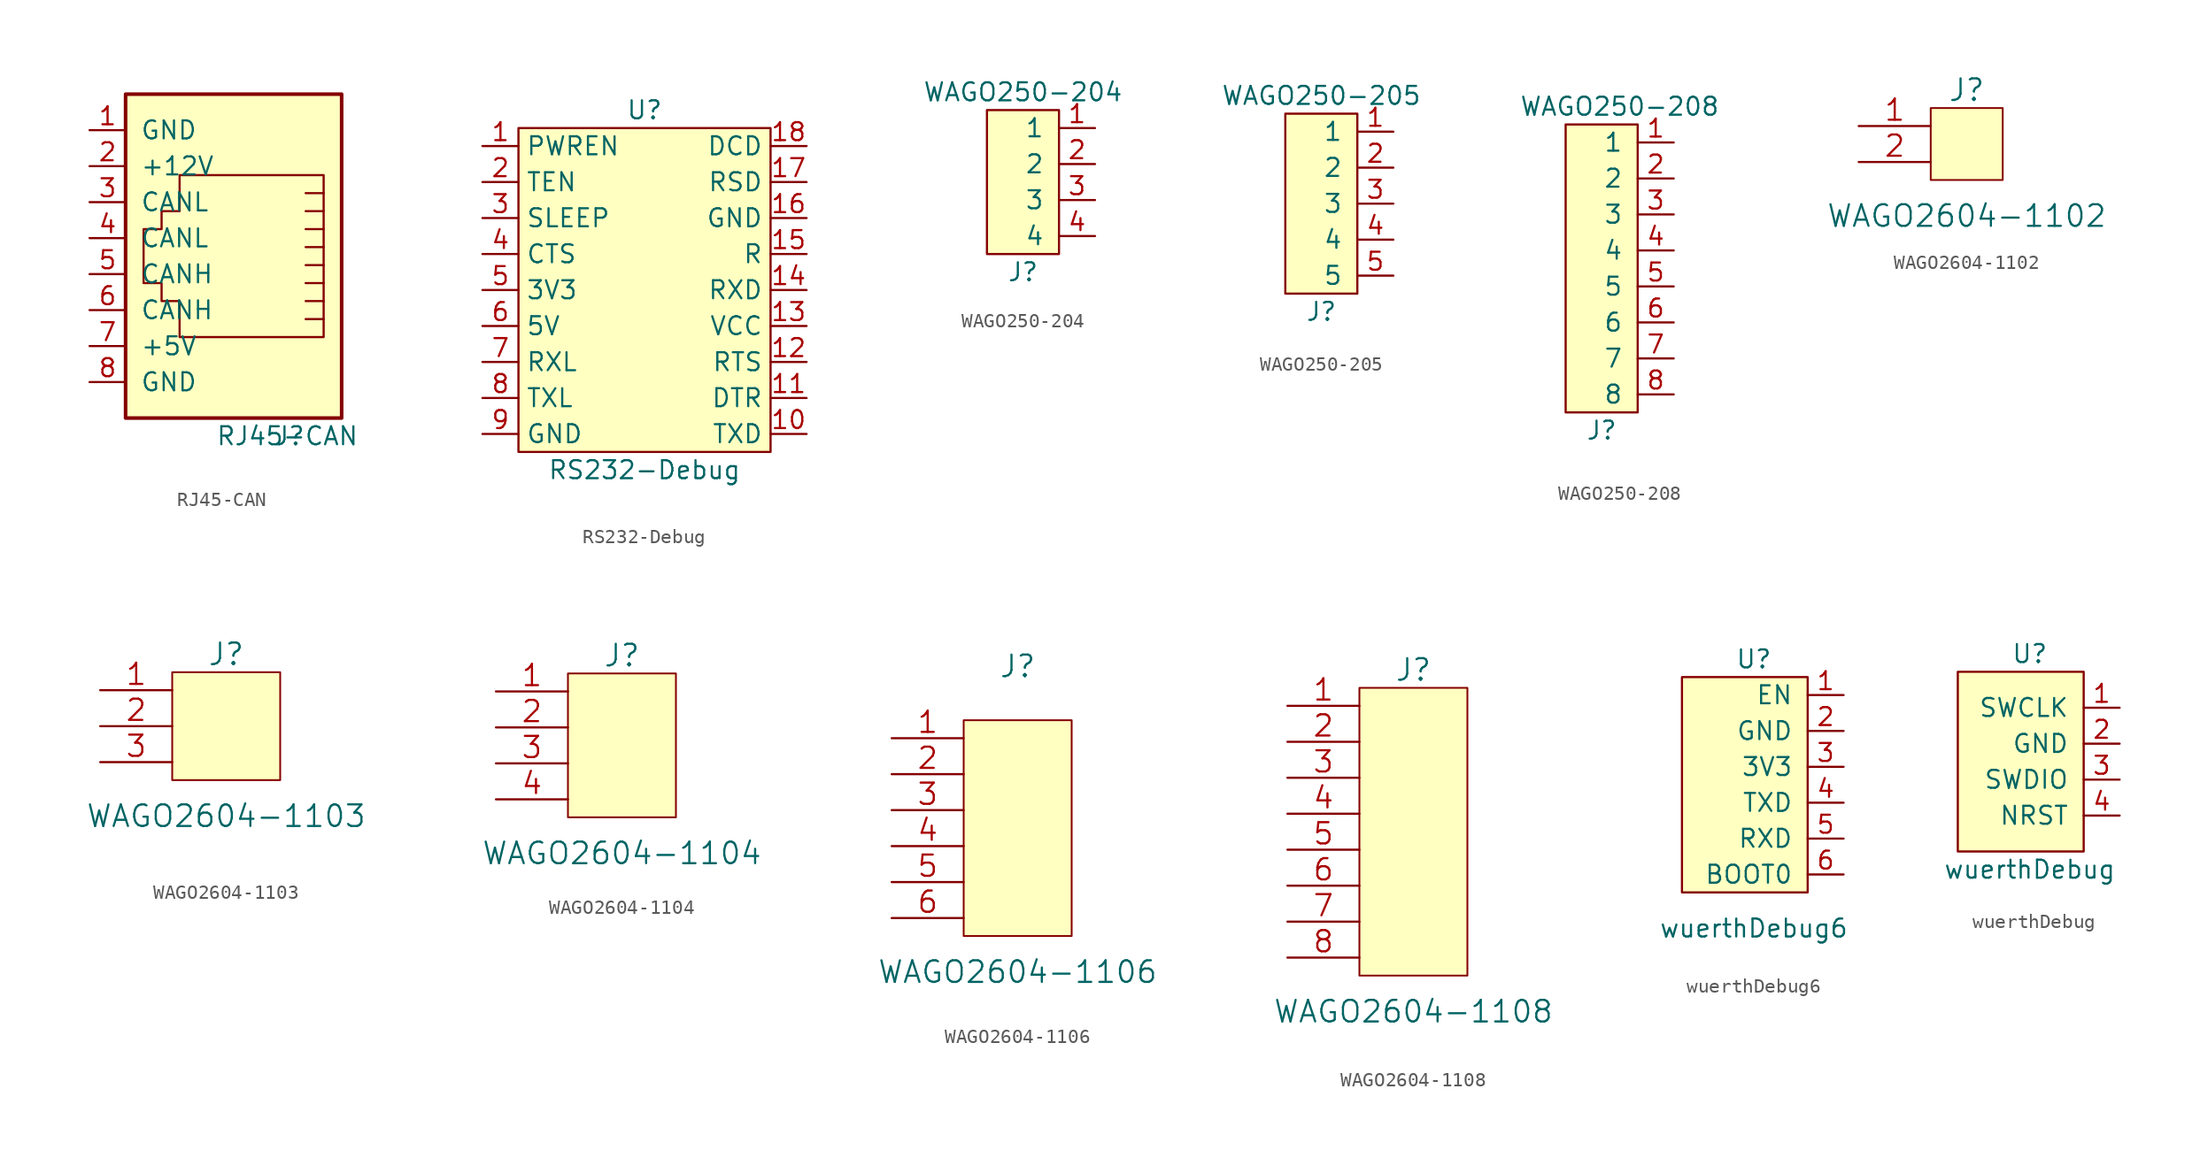
<source format=kicad_sym>
(kicad_symbol_lib
  (version 20211014)
  (generator kicad_symbol_editor)
  (symbol "RJ45-CAN"
    (pin_names
      (offset 1.016))
    (property "Reference" "J"
      (at 5.08 -12.7 0)
      (effects (font (size 1.27 1.27)) (justify right)))
    (property "Value" "RJ45-CAN"
      (at -1.27 -12.7 0)
      (effects (font (size 1.27 1.27)) (justify left)))
    (symbol "RJ45-CAN_0_1"
      (rectangle (start -7.62 -11.43) (end 7.62 11.43) (stroke (width 0.254) (type default) (color 0 0 0 0)) (fill (type background)))
      (polyline (pts (xy 5.08 -4.445) (xy 6.35 -4.445)) (stroke (width 0) (type default) (color 0 0 0 0)) (fill (type none)))
      (polyline (pts (xy 5.08 -3.175) (xy 6.35 -3.175)) (stroke (width 0) (type default) (color 0 0 0 0)) (fill (type none)))
      (polyline (pts (xy 5.08 -1.905) (xy 6.35 -1.905) (xy 6.35 -1.905)) (stroke (width 0) (type default) (color 0 0 0 0)) (fill (type none)))
      (polyline (pts (xy 6.35 -0.635) (xy 5.08 -0.635) (xy 5.08 -0.635)) (stroke (width 0) (type default) (color 0 0 0 0)) (fill (type none)))
      (polyline (pts (xy 6.35 0.635) (xy 5.08 0.635) (xy 5.08 0.635)) (stroke (width 0) (type default) (color 0 0 0 0)) (fill (type none)))
      (polyline (pts (xy 6.35 1.905) (xy 5.08 1.905) (xy 5.08 1.905)) (stroke (width 0) (type default) (color 0 0 0 0)) (fill (type none)))
      (polyline (pts (xy 6.35 3.175) (xy 5.08 3.175) (xy 5.08 3.175)) (stroke (width 0) (type default) (color 0 0 0 0)) (fill (type none)))
      (polyline (pts (xy 6.35 4.445) (xy 5.08 4.445) (xy 5.08 4.445)) (stroke (width 0) (type default) (color 0 0 0 0)) (fill (type none)))
      (polyline (pts (xy 6.35 5.715) (xy 6.35 -5.715) (xy -3.81 -5.715) (xy -3.81 -3.175) (xy -5.08 -3.175) (xy -5.08 -1.905) (xy -6.35 -1.905) (xy -6.35 1.905) (xy -5.08 1.905) (xy -5.08 3.175) (xy -3.81 3.175) (xy -3.81 5.715) (xy 6.35 5.715) (xy 6.35 5.715)) (stroke (width 0) (type default) (color 0 0 0 0)) (fill (type none))))
    (symbol "RJ45-CAN_1_1"
      (pin passive line (at -10.16 8.89 0) (length 2.54) (name "GND" (effects (font (size 1.27 1.27)))) (number "1" (effects (font (size 1.27 1.27)))))
      (pin passive line (at -10.16 6.35 0) (length 2.54) (name "+12V" (effects (font (size 1.27 1.27)))) (number "2" (effects (font (size 1.27 1.27)))))
      (pin passive line (at -10.16 3.81 0) (length 2.54) (name "CANL" (effects (font (size 1.27 1.27)))) (number "3" (effects (font (size 1.27 1.27)))))
      (pin passive line (at -10.16 1.27 0) (length 2.54) (name "CANL" (effects (font (size 1.27 1.27)))) (number "4" (effects (font (size 1.27 1.27)))))
      (pin passive line (at -10.16 -1.27 0) (length 2.54) (name "CANH" (effects (font (size 1.27 1.27)))) (number "5" (effects (font (size 1.27 1.27)))))
      (pin passive line (at -10.16 -3.81 0) (length 2.54) (name "CANH" (effects (font (size 1.27 1.27)))) (number "6" (effects (font (size 1.27 1.27)))))
      (pin passive line (at -10.16 -6.35 0) (length 2.54) (name "+5V" (effects (font (size 1.27 1.27)))) (number "7" (effects (font (size 1.27 1.27)))))
      (pin passive line (at -10.16 -8.89 0) (length 2.54) (name "GND" (effects (font (size 1.27 1.27)))) (number "8" (effects (font (size 1.27 1.27)))))))
  (symbol "RS232-Debug"
    (property "Reference" "U"
      (at 0 12.7 0)
      (effects (font (size 1.27 1.27))))
    (property "Value" "RS232-Debug"
      (at 0 -12.7 0)
      (effects (font (size 1.27 1.27))))
    (symbol "RS232-Debug_0_1"
      (rectangle (start -8.89 11.43) (end 8.89 -11.43) (stroke (width 0) (type default) (color 0 0 0 0)) (fill (type background))))
    (symbol "RS232-Debug_1_1"
      (pin input line (at -11.43 10.16 0) (length 2.54) (name "PWREN" (effects (font (size 1.27 1.27)))) (number "1" (effects (font (size 1.27 1.27)))))
      (pin input line (at 11.43 -10.16 180) (length 2.54) (name "TXD" (effects (font (size 1.27 1.27)))) (number "10" (effects (font (size 1.27 1.27)))))
      (pin input line (at 11.43 -7.62 180) (length 2.54) (name "DTR" (effects (font (size 1.27 1.27)))) (number "11" (effects (font (size 1.27 1.27)))))
      (pin input line (at 11.43 -5.08 180) (length 2.54) (name "RTS" (effects (font (size 1.27 1.27)))) (number "12" (effects (font (size 1.27 1.27)))))
      (pin input line (at 11.43 -2.54 180) (length 2.54) (name "VCC" (effects (font (size 1.27 1.27)))) (number "13" (effects (font (size 1.27 1.27)))))
      (pin input line (at 11.43 0 180) (length 2.54) (name "RXD" (effects (font (size 1.27 1.27)))) (number "14" (effects (font (size 1.27 1.27)))))
      (pin unspecified line (at 11.43 2.54 180) (length 2.54) (name "R" (effects (font (size 1.27 1.27)))) (number "15" (effects (font (size 1.27 1.27)))))
      (pin input line (at 11.43 5.08 180) (length 2.54) (name "GND" (effects (font (size 1.27 1.27)))) (number "16" (effects (font (size 1.27 1.27)))))
      (pin input line (at 11.43 7.62 180) (length 2.54) (name "RSD" (effects (font (size 1.27 1.27)))) (number "17" (effects (font (size 1.27 1.27)))))
      (pin input line (at 11.43 10.16 180) (length 2.54) (name "DCD" (effects (font (size 1.27 1.27)))) (number "18" (effects (font (size 1.27 1.27)))))
      (pin input line (at -11.43 7.62 0) (length 2.54) (name "TEN" (effects (font (size 1.27 1.27)))) (number "2" (effects (font (size 1.27 1.27)))))
      (pin input line (at -11.43 5.08 0) (length 2.54) (name "SLEEP" (effects (font (size 1.27 1.27)))) (number "3" (effects (font (size 1.27 1.27)))))
      (pin input line (at -11.43 2.54 0) (length 2.54) (name "CTS" (effects (font (size 1.27 1.27)))) (number "4" (effects (font (size 1.27 1.27)))))
      (pin input line (at -11.43 0 0) (length 2.54) (name "3V3" (effects (font (size 1.27 1.27)))) (number "5" (effects (font (size 1.27 1.27)))))
      (pin input line (at -11.43 -2.54 0) (length 2.54) (name "5V" (effects (font (size 1.27 1.27)))) (number "6" (effects (font (size 1.27 1.27)))))
      (pin input line (at -11.43 -5.08 0) (length 2.54) (name "RXL" (effects (font (size 1.27 1.27)))) (number "7" (effects (font (size 1.27 1.27)))))
      (pin input line (at -11.43 -7.62 0) (length 2.54) (name "TXL" (effects (font (size 1.27 1.27)))) (number "8" (effects (font (size 1.27 1.27)))))
      (pin input line (at -11.43 -10.16 0) (length 2.54) (name "GND" (effects (font (size 1.27 1.27)))) (number "9" (effects (font (size 1.27 1.27)))))))
  (symbol "WAGO250-204"
    (pin_names
      (offset 1.016))
    (property "Reference" "J"
      (at 0 -5.08 0)
      (effects (font (size 1.27 1.27))))
    (property "Value" "WAGO250-204"
      (at 0 7.62 0)
      (effects (font (size 1.27 1.27))))
    (symbol "WAGO250-204_0_1"
      (rectangle (start -2.54 6.35) (end 2.54 -3.81) (stroke (width 0) (type default) (color 0 0 0 0)) (fill (type background))))
    (symbol "WAGO250-204_1_1"
      (pin passive line (at 5.08 5.08 180) (length 2.54) (name "1" (effects (font (size 1.27 1.27)))) (number "1" (effects (font (size 1.27 1.27)))))
      (pin passive line (at 5.08 2.54 180) (length 2.54) (name "2" (effects (font (size 1.27 1.27)))) (number "2" (effects (font (size 1.27 1.27)))))
      (pin passive line (at 5.08 0 180) (length 2.54) (name "3" (effects (font (size 1.27 1.27)))) (number "3" (effects (font (size 1.27 1.27)))))
      (pin passive line (at 5.08 -2.54 180) (length 2.54) (name "4" (effects (font (size 1.27 1.27)))) (number "4" (effects (font (size 1.27 1.27)))))))
  (symbol "WAGO250-205"
    (pin_names
      (offset 1.016))
    (property "Reference" "J"
      (at 0 -7.62 0)
      (effects (font (size 1.27 1.27))))
    (property "Value" "WAGO250-205"
      (at 0 7.62 0)
      (effects (font (size 1.27 1.27))))
    (symbol "WAGO250-205_0_1"
      (rectangle (start 2.54 6.35) (end -2.54 -6.35) (stroke (width 0) (type default) (color 0 0 0 0)) (fill (type background))))
    (symbol "WAGO250-205_1_1"
      (pin passive line (at 5.08 5.08 180) (length 2.54) (name "1" (effects (font (size 1.27 1.27)))) (number "1" (effects (font (size 1.27 1.27)))))
      (pin passive line (at 5.08 2.54 180) (length 2.54) (name "2" (effects (font (size 1.27 1.27)))) (number "2" (effects (font (size 1.27 1.27)))))
      (pin passive line (at 5.08 0 180) (length 2.54) (name "3" (effects (font (size 1.27 1.27)))) (number "3" (effects (font (size 1.27 1.27)))))
      (pin passive line (at 5.08 -2.54 180) (length 2.54) (name "4" (effects (font (size 1.27 1.27)))) (number "4" (effects (font (size 1.27 1.27)))))
      (pin passive line (at 5.08 -5.08 180) (length 2.54) (name "5" (effects (font (size 1.27 1.27)))) (number "5" (effects (font (size 1.27 1.27)))))))
  (symbol "WAGO250-208"
    (pin_names
      (offset 1.016))
    (property "Reference" "J"
      (at -2.54 -11.43 0)
      (effects (font (size 1.27 1.27))))
    (property "Value" "WAGO250-208"
      (at -1.27 11.43 0)
      (effects (font (size 1.27 1.27))))
    (symbol "WAGO250-208_0_1"
      (rectangle (start -5.08 10.16) (end 0 -10.16) (stroke (width 0) (type default) (color 0 0 0 0)) (fill (type background))))
    (symbol "WAGO250-208_1_1"
      (pin passive line (at 2.54 8.89 180) (length 2.54) (name "1" (effects (font (size 1.27 1.27)))) (number "1" (effects (font (size 1.27 1.27)))))
      (pin passive line (at 2.54 6.35 180) (length 2.54) (name "2" (effects (font (size 1.27 1.27)))) (number "2" (effects (font (size 1.27 1.27)))))
      (pin passive line (at 2.54 3.81 180) (length 2.54) (name "3" (effects (font (size 1.27 1.27)))) (number "3" (effects (font (size 1.27 1.27)))))
      (pin passive line (at 2.54 1.27 180) (length 2.54) (name "4" (effects (font (size 1.27 1.27)))) (number "4" (effects (font (size 1.27 1.27)))))
      (pin passive line (at 2.54 -1.27 180) (length 2.54) (name "5" (effects (font (size 1.27 1.27)))) (number "5" (effects (font (size 1.27 1.27)))))
      (pin passive line (at 2.54 -3.81 180) (length 2.54) (name "6" (effects (font (size 1.27 1.27)))) (number "6" (effects (font (size 1.27 1.27)))))
      (pin passive line (at 2.54 -6.35 180) (length 2.54) (name "7" (effects (font (size 1.27 1.27)))) (number "7" (effects (font (size 1.27 1.27)))))
      (pin passive line (at 2.54 -8.89 180) (length 2.54) (name "8" (effects (font (size 1.27 1.27)))) (number "8" (effects (font (size 1.27 1.27)))))))
  (symbol "WAGO2604-1102"
    (pin_names
      (offset 0.254) hide)
    (property "Reference" "J"
      (at 0 3.81 0)
      (effects (font (size 1.524 1.524))))
    (property "Value" "WAGO2604-1102"
      (at 0 -5.08 0)
      (effects (font (size 1.524 1.524))))
    (property "Datasheet" ""
      (at 2.54 -3.81 0)
      (effects (font (size 1.524 1.524))))
    (symbol "WAGO2604-1102_1_1"
      (rectangle (start -2.54 2.54) (end 2.54 -2.54) (stroke (width 0.127) (type default) (color 0 0 0 0)) (fill (type background)))
      (pin passive line (at -7.62 1.27 0) (length 5.08) (name "1" (effects (font (size 1.499 1.499)))) (number "1" (effects (font (size 1.499 1.499)))))
      (pin passive line (at -7.62 -1.27 0) (length 5.08) (name "2" (effects (font (size 1.499 1.499)))) (number "2" (effects (font (size 1.499 1.499)))))))
  (symbol "WAGO2604-1103"
    (pin_names
      (offset 0.254) hide)
    (property "Reference" "J"
      (at 0 5.08 0)
      (effects (font (size 1.524 1.524))))
    (property "Value" "WAGO2604-1103"
      (at 0 -6.35 0)
      (effects (font (size 1.524 1.524))))
    (property "Datasheet" ""
      (at 3.81 -8.89 0)
      (effects (font (size 1.524 1.524))))
    (symbol "WAGO2604-1103_0_1"
      (rectangle (start -3.81 3.81) (end 3.81 -3.81) (stroke (width 0.127) (type default) (color 0 0 0 0)) (fill (type background))))
    (symbol "WAGO2604-1103_1_1"
      (pin passive line (at -8.89 2.54 0) (length 5.08) (name "1" (effects (font (size 1.499 1.499)))) (number "1" (effects (font (size 1.499 1.499)))))
      (pin passive line (at -8.89 0 0) (length 5.08) (name "2" (effects (font (size 1.499 1.499)))) (number "2" (effects (font (size 1.499 1.499)))))
      (pin passive line (at -8.89 -2.54 0) (length 5.08) (name "3" (effects (font (size 1.499 1.499)))) (number "3" (effects (font (size 1.499 1.499)))))))
  (symbol "WAGO2604-1104"
    (pin_names
      (offset 0.254) hide)
    (property "Reference" "J"
      (at 0 6.35 0)
      (effects (font (size 1.524 1.524))))
    (property "Value" "WAGO2604-1104"
      (at 0 -7.62 0)
      (effects (font (size 1.524 1.524))))
    (property "Datasheet" ""
      (at 1.27 -6.35 0)
      (effects (font (size 1.524 1.524))))
    (symbol "WAGO2604-1104_1_1"
      (rectangle (start -3.81 5.08) (end 3.81 -5.08) (stroke (width 0.127) (type default) (color 0 0 0 0)) (fill (type background)))
      (pin passive line (at -8.89 3.81 0) (length 5.08) (name "1" (effects (font (size 1.499 1.499)))) (number "1" (effects (font (size 1.499 1.499)))))
      (pin passive line (at -8.89 1.27 0) (length 5.08) (name "2" (effects (font (size 1.499 1.499)))) (number "2" (effects (font (size 1.499 1.499)))))
      (pin passive line (at -8.89 -1.27 0) (length 5.08) (name "3" (effects (font (size 1.499 1.499)))) (number "3" (effects (font (size 1.499 1.499)))))
      (pin passive line (at -8.89 -3.81 0) (length 5.08) (name "4" (effects (font (size 1.499 1.499)))) (number "4" (effects (font (size 1.499 1.499)))))))
  (symbol "WAGO2604-1106"
    (pin_names
      (offset 0.254) hide)
    (property "Reference" "J"
      (at 0 11.43 0)
      (effects (font (size 1.524 1.524))))
    (property "Value" "WAGO2604-1106"
      (at 0 -10.16 0)
      (effects (font (size 1.524 1.524))))
    (property "Datasheet" ""
      (at 1.27 -3.81 0)
      (effects (font (size 1.524 1.524))))
    (symbol "WAGO2604-1106_1_1"
      (rectangle (start -3.81 7.62) (end 3.81 -7.62) (stroke (width 0.127) (type default) (color 0 0 0 0)) (fill (type background)))
      (pin passive line (at -8.89 6.35 0) (length 5.08) (name "1" (effects (font (size 1.499 1.499)))) (number "1" (effects (font (size 1.499 1.499)))))
      (pin passive line (at -8.89 3.81 0) (length 5.08) (name "2" (effects (font (size 1.499 1.499)))) (number "2" (effects (font (size 1.499 1.499)))))
      (pin passive line (at -8.89 1.27 0) (length 5.08) (name "3" (effects (font (size 1.499 1.499)))) (number "3" (effects (font (size 1.499 1.499)))))
      (pin passive line (at -8.89 -1.27 0) (length 5.08) (name "4" (effects (font (size 1.499 1.499)))) (number "4" (effects (font (size 1.499 1.499)))))
      (pin passive line (at -8.89 -3.81 0) (length 5.08) (name "5" (effects (font (size 1.499 1.499)))) (number "5" (effects (font (size 1.499 1.499)))))
      (pin passive line (at -8.89 -6.35 0) (length 5.08) (name "6" (effects (font (size 1.499 1.499)))) (number "6" (effects (font (size 1.499 1.499)))))))
  (symbol "WAGO2604-1108"
    (pin_names
      (offset 0.254) hide)
    (property "Reference" "J"
      (at 0 11.43 0)
      (effects (font (size 1.524 1.524))))
    (property "Value" "WAGO2604-1108"
      (at 0 -12.7 0)
      (effects (font (size 1.524 1.524))))
    (property "Datasheet" ""
      (at 1.27 -1.27 0)
      (effects (font (size 1.524 1.524))))
    (symbol "WAGO2604-1108_1_1"
      (rectangle (start -3.81 10.16) (end 3.81 -10.16) (stroke (width 0.127) (type default) (color 0 0 0 0)) (fill (type background)))
      (pin passive line (at -8.89 8.89 0) (length 5.08) (name "1" (effects (font (size 1.499 1.499)))) (number "1" (effects (font (size 1.499 1.499)))))
      (pin passive line (at -8.89 6.35 0) (length 5.08) (name "2" (effects (font (size 1.499 1.499)))) (number "2" (effects (font (size 1.499 1.499)))))
      (pin passive line (at -8.89 3.81 0) (length 5.08) (name "3" (effects (font (size 1.499 1.499)))) (number "3" (effects (font (size 1.499 1.499)))))
      (pin passive line (at -8.89 1.27 0) (length 5.08) (name "4" (effects (font (size 1.499 1.499)))) (number "4" (effects (font (size 1.499 1.499)))))
      (pin passive line (at -8.89 -1.27 0) (length 5.08) (name "5" (effects (font (size 1.499 1.499)))) (number "5" (effects (font (size 1.499 1.499)))))
      (pin passive line (at -8.89 -3.81 0) (length 5.08) (name "6" (effects (font (size 1.499 1.499)))) (number "6" (effects (font (size 1.499 1.499)))))
      (pin passive line (at -8.89 -6.35 0) (length 5.08) (name "7" (effects (font (size 1.499 1.499)))) (number "7" (effects (font (size 1.499 1.499)))))
      (pin passive line (at -8.89 -8.89 0) (length 5.08) (name "8" (effects (font (size 1.499 1.499)))) (number "8" (effects (font (size 1.499 1.499)))))))
  (symbol "wuerthDebug6"
    (pin_names
      (offset 1.016))
    (property "Reference" "U"
      (at 0 0 0)
      (effects (font (size 1.27 1.27))))
    (property "Value" "wuerthDebug6"
      (at 0 -19.05 0)
      (effects (font (size 1.27 1.27))))
    (symbol "wuerthDebug6_0_1"
      (rectangle (start -5.08 -1.27) (end 3.81 -16.51) (stroke (width 0) (type default) (color 0 0 0 0)) (fill (type background))))
    (symbol "wuerthDebug6_1_1"
      (pin input line (at 6.35 -2.54 180) (length 2.54) (name "EN" (effects (font (size 1.27 1.27)))) (number "1" (effects (font (size 1.27 1.27)))))
      (pin input line (at 6.35 -5.08 180) (length 2.54) (name "GND" (effects (font (size 1.27 1.27)))) (number "2" (effects (font (size 1.27 1.27)))))
      (pin input line (at 6.35 -7.62 180) (length 2.54) (name "3V3" (effects (font (size 1.27 1.27)))) (number "3" (effects (font (size 1.27 1.27)))))
      (pin input line (at 6.35 -10.16 180) (length 2.54) (name "TXD" (effects (font (size 1.27 1.27)))) (number "4" (effects (font (size 1.27 1.27)))))
      (pin input line (at 6.35 -12.7 180) (length 2.54) (name "RXD" (effects (font (size 1.27 1.27)))) (number "5" (effects (font (size 1.27 1.27)))))
      (pin input line (at 6.35 -15.24 180) (length 2.54) (name "BOOT0" (effects (font (size 1.27 1.27)))) (number "6" (effects (font (size 1.27 1.27)))))))
  (symbol "wuerthDebug"
    (pin_names
      (offset 1.016))
    (property "Reference" "U"
      (at 0 0 0)
      (effects (font (size 1.27 1.27))))
    (property "Value" "wuerthDebug"
      (at 0 -15.24 0)
      (effects (font (size 1.27 1.27))))
    (symbol "wuerthDebug_0_1"
      (rectangle (start 3.81 -1.27) (end -5.08 -13.97) (stroke (width 0) (type default) (color 0 0 0 0)) (fill (type background))))
    (symbol "wuerthDebug_1_1"
      (pin input line (at 6.35 -3.81 180) (length 2.54) (name "SWCLK" (effects (font (size 1.27 1.27)))) (number "1" (effects (font (size 1.27 1.27)))))
      (pin input line (at 6.35 -6.35 180) (length 2.54) (name "GND" (effects (font (size 1.27 1.27)))) (number "2" (effects (font (size 1.27 1.27)))))
      (pin input line (at 6.35 -8.89 180) (length 2.54) (name "SWDIO" (effects (font (size 1.27 1.27)))) (number "3" (effects (font (size 1.27 1.27)))))
      (pin input line (at 6.35 -11.43 180) (length 2.54) (name "NRST" (effects (font (size 1.27 1.27)))) (number "4" (effects (font (size 1.27 1.27))))))))
</source>
